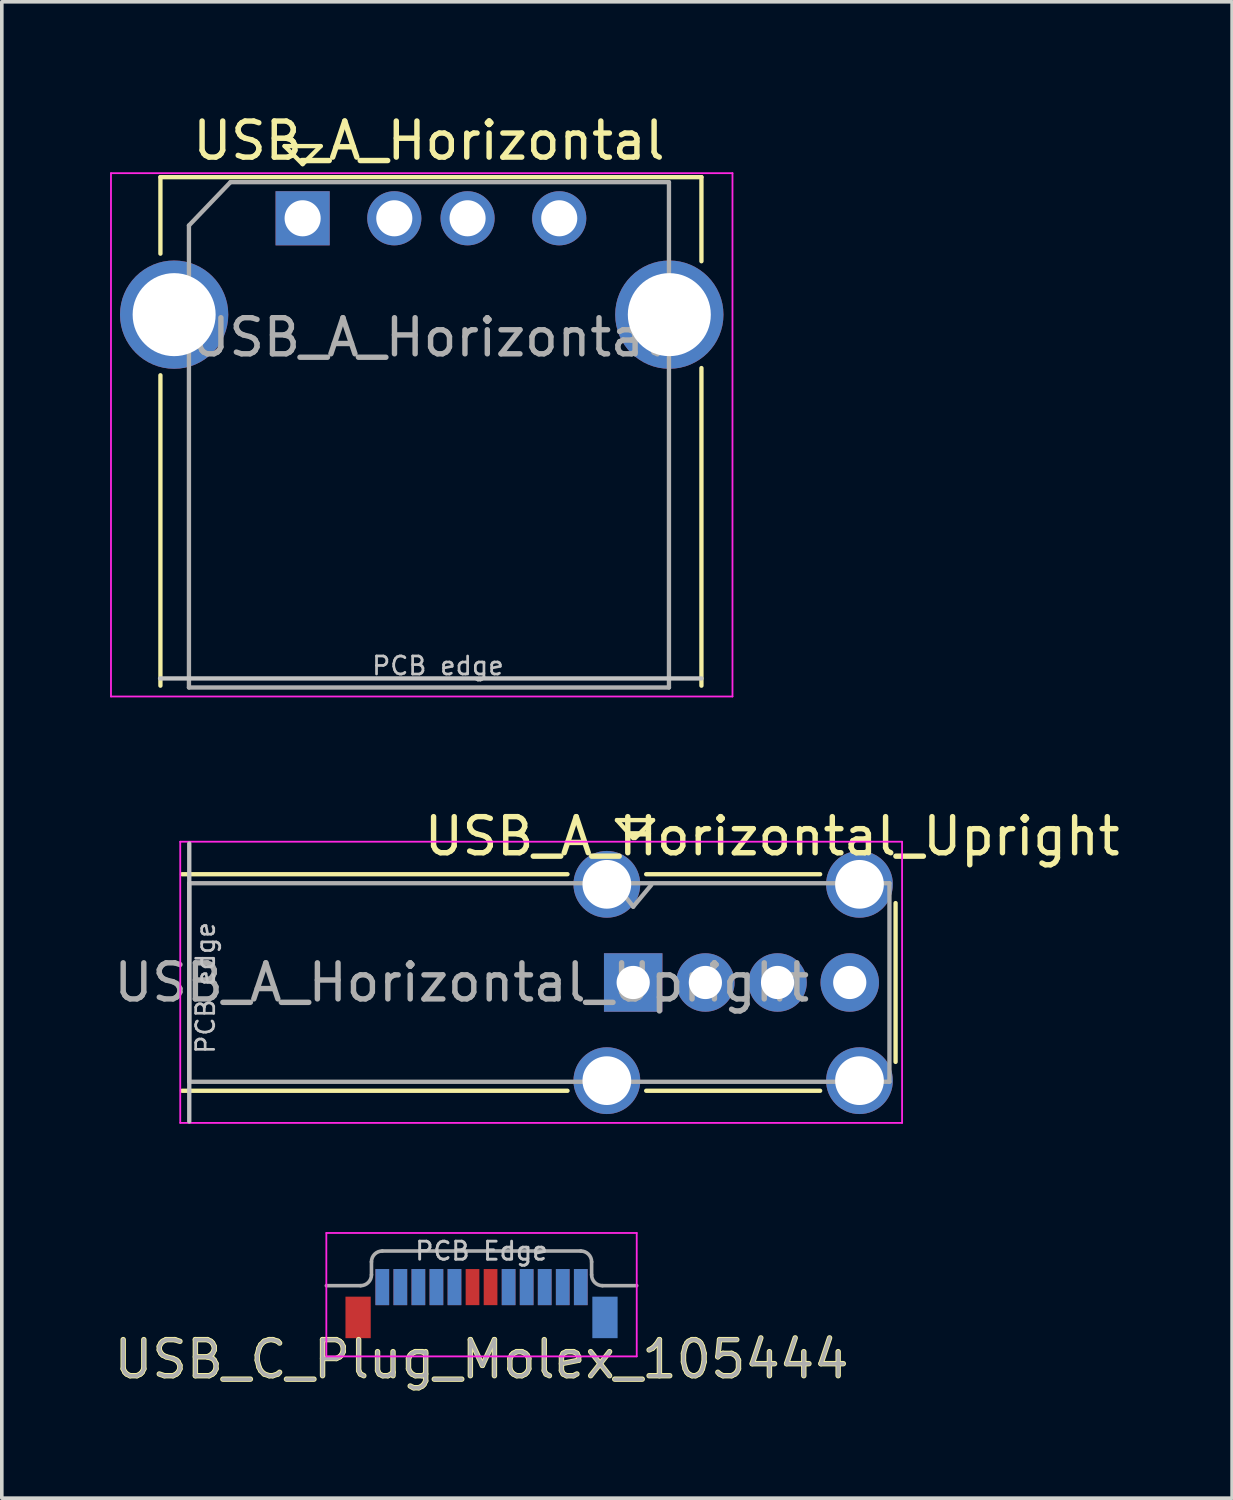
<source format=kicad_pcb>
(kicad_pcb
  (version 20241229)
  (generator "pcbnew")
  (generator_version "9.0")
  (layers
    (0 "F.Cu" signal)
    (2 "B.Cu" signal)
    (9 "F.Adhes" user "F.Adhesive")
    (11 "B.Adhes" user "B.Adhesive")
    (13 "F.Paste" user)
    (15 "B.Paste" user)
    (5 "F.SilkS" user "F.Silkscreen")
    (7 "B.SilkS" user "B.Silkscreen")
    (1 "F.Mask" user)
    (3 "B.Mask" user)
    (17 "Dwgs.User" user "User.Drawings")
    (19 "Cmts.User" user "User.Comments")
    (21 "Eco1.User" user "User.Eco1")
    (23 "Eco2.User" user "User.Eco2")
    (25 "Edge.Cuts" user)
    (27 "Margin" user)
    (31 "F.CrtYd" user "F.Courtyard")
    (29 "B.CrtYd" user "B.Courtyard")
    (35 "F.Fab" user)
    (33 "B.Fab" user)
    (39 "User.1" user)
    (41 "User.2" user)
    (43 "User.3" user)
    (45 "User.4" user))
  (footprint "USB_A_Horizontal"
    (layer "F.Cu")
    (at 5.335 2.998)
    (property "Reference" "USB_A_Horizontal" (at 3.5 -2.15 0) (layer "F.SilkS") (effects (font (size 1 1) (thickness 0.15))))
    (attr through_hole)
    (fp_line (start -3.94 -1.14) (end -3.94 0.98) (stroke (width 0.12) (type solid)) (layer "F.SilkS"))
    (fp_line (start -3.94 4.35) (end -3.94 12.95) (stroke (width 0.12) (type solid)) (layer "F.SilkS"))
    (fp_line (start -0.5 -2) (end 0.5 -2) (stroke (width 0.12) (type solid)) (layer "F.SilkS"))
    (fp_line (start 0 -1.5) (end -0.5 -2) (stroke (width 0.12) (type solid)) (layer "F.SilkS"))
    (fp_line (start 0.5 -2) (end 0 -1.5) (stroke (width 0.12) (type solid)) (layer "F.SilkS"))
    (fp_line (start 11.05 -1.14) (end -3.94 -1.14) (stroke (width 0.12) (type solid)) (layer "F.SilkS"))
    (fp_line (start 11.05 -1.14) (end 11.05 1.19) (stroke (width 0.12) (type solid)) (layer "F.SilkS"))
    (fp_line (start 11.05 4.15) (end 11.05 12.95) (stroke (width 0.12) (type solid)) (layer "F.SilkS"))
    (fp_line (start 11.05 12.75) (end -3.95 12.75) (stroke (width 0.12) (type solid)) (layer "Dwgs.User"))
    (fp_line (start -5.31 -1.25) (end -5.31 13.25) (stroke (width 0.05) (type solid)) (layer "F.CrtYd"))
    (fp_line (start -5.31 -1.25) (end 11.91 -1.25) (stroke (width 0.05) (type solid)) (layer "F.CrtYd"))
    (fp_line (start 11.91 13.25) (end -5.31 13.25) (stroke (width 0.05) (type solid)) (layer "F.CrtYd"))
    (fp_line (start 11.91 13.25) (end 11.91 -1.25) (stroke (width 0.05) (type solid)) (layer "F.CrtYd"))
    (fp_line (start -3.15 0.2) (end -3.15 13) (stroke (width 0.12) (type solid)) (layer "F.Fab"))
    (fp_line (start -3.15 13) (end 10.15 13) (stroke (width 0.12) (type solid)) (layer "F.Fab"))
    (fp_line (start -2 -1) (end -3.15 0.2) (stroke (width 0.12) (type solid)) (layer "F.Fab"))
    (fp_line (start 10.15 -1) (end -2 -1) (stroke (width 0.12) (type solid)) (layer "F.Fab"))
    (fp_line (start 10.15 13) (end 10.15 -1) (stroke (width 0.12) (type solid)) (layer "F.Fab"))
    (fp_text user "PCB edge" (at 3.75 12.4 0) (layer "Dwgs.User") (effects (font (size 0.5 0.5) (thickness 0.075))))
    (fp_text user "${REFERENCE}" (at 3.45 3.3 0) (layer "F.Fab") (effects (font (size 1 1) (thickness 0.15))))
    (pad "1" thru_hole rect (at 0 0 270) (size 1.5 1.5) (drill 1) (layers "*.Cu" "*.Mask"))
    (pad "2" thru_hole circle (at 2.54 0 270) (size 1.5 1.5) (drill 1) (layers "*.Cu" "*.Mask"))
    (pad "3" thru_hole circle (at 4.57 0 270) (size 1.5 1.5) (drill 1) (layers "*.Cu" "*.Mask"))
    (pad "4" thru_hole circle (at 7.11 0 270) (size 1.5 1.5) (drill 1) (layers "*.Cu" "*.Mask"))
    (pad "5" thru_hole circle (at -3.56 2.67 270) (size 3 3) (drill 2.3) (layers "*.Cu" "*.Mask"))
    (pad "5" thru_hole circle (at 10.16 2.67 270) (size 3 3) (drill 2.3) (layers "*.Cu" "*.Mask")))
  (footprint "USB_A_Horizontal_Upright"
    (layer "F.Cu")
    (at 14.494 24.172)
    (property "Reference" "USB_A_Horizontal_Upright" (at 3.85 -4.05 0) (layer "F.SilkS") (effects (font (size 1 1) (thickness 0.15))))
    (attr through_hole)
    (fp_line (start -1.82 -3) (end -12.5 -3) (stroke (width 0.12) (type solid)) (layer "F.SilkS"))
    (fp_line (start -1.82 3) (end -12.5 3) (stroke (width 0.12) (type solid)) (layer "F.SilkS"))
    (fp_line (start -0.45 -4.5) (end 0.55 -4.5) (stroke (width 0.12) (type solid)) (layer "F.SilkS"))
    (fp_line (start 0 -4) (end -0.45 -4.5) (stroke (width 0.12) (type solid)) (layer "F.SilkS"))
    (fp_line (start 0.36 -3) (end 5.18 -3) (stroke (width 0.12) (type solid)) (layer "F.SilkS"))
    (fp_line (start 0.36 3) (end 5.18 3) (stroke (width 0.12) (type solid)) (layer "F.SilkS"))
    (fp_line (start 0.55 -4.5) (end 0.05 -4) (stroke (width 0.12) (type solid)) (layer "F.SilkS"))
    (fp_line (start 7.27 -2.2) (end 7.27 2.2) (stroke (width 0.12) (type solid)) (layer "F.SilkS"))
    (fp_line (start -12.3 3.85) (end -12.3 -3.85) (stroke (width 0.12) (type solid)) (layer "Dwgs.User"))
    (fp_line (start -12.55 -3.9) (end -12.55 3.89) (stroke (width 0.05) (type solid)) (layer "F.CrtYd"))
    (fp_line (start -12.55 -3.9) (end 7.45 -3.9) (stroke (width 0.05) (type solid)) (layer "F.CrtYd"))
    (fp_line (start 7.45 3.89) (end -12.55 3.89) (stroke (width 0.05) (type solid)) (layer "F.CrtYd"))
    (fp_line (start 7.45 3.89) (end 7.45 -3.9) (stroke (width 0.05) (type solid)) (layer "F.CrtYd"))
    (fp_line (start -12.3 -2.75) (end -12.3 2.75) (stroke (width 0.12) (type solid)) (layer "F.Fab"))
    (fp_line (start -12.3 2.75) (end 7.1 2.75) (stroke (width 0.12) (type solid)) (layer "F.Fab"))
    (fp_line (start -0.5 -2.75) (end 0 -2.1) (stroke (width 0.12) (type solid)) (layer "F.Fab"))
    (fp_line (start 0 -2.1) (end 0.5 -2.7) (stroke (width 0.12) (type solid)) (layer "F.Fab"))
    (fp_line (start 7.1 -2.75) (end -12.3 -2.75) (stroke (width 0.12) (type solid)) (layer "F.Fab"))
    (fp_line (start 7.1 2.75) (end 7.1 -2.75) (stroke (width 0.12) (type solid)) (layer "F.Fab"))
    (fp_text user "PCB edge" (at -11.85 0.15 90) (layer "Dwgs.User") (effects (font (size 0.5 0.5) (thickness 0.075))))
    (fp_text user "${REFERENCE}" (at -4.75 0 0) (layer "F.Fab") (effects (font (size 1 1) (thickness 0.15))))
    (pad "1" thru_hole rect (at 0 0 90) (size 1.62 1.62) (drill 0.92) (layers "*.Cu" "*.Mask"))
    (pad "2" thru_hole circle (at 2 0 90) (size 1.62 1.62) (drill 0.92) (layers "*.Cu" "*.Mask"))
    (pad "3" thru_hole circle (at 4 0 90) (size 1.62 1.62) (drill 0.92) (layers "*.Cu" "*.Mask"))
    (pad "4" thru_hole circle (at 6 0 90) (size 1.62 1.62) (drill 0.92) (layers "*.Cu" "*.Mask"))
    (pad "5" thru_hole circle (at -0.73 -2.72 90) (size 1.85 1.85) (drill 1.35) (layers "*.Cu" "*.Mask"))
    (pad "5" thru_hole circle (at -0.73 2.72 90) (size 1.85 1.85) (drill 1.35) (layers "*.Cu" "*.Mask"))
    (pad "5" thru_hole circle (at 6.27 -2.72 90) (size 1.85 1.85) (drill 1.35) (layers "*.Cu" "*.Mask"))
    (pad "5" thru_hole circle (at 6.27 2.72 90) (size 1.85 1.85) (drill 1.35) (layers "*.Cu" "*.Mask")))
  (footprint "USB_C_Plug_Molex_105444"
    (layer "F.Cu")
    (at 10.292 32.572)
    (property "Reference" "USB_C_Plug_Molex_105444" (at 0 2.04 0) (layer "F.SilkS") (effects (font (size 1 1) (thickness 0.15))))
    (attr smd)
    (fp_line (start -4.3 1.96) (end -4.3 -1.46) (stroke (width 0.05) (type solid)) (layer "F.CrtYd"))
    (fp_line (start 4.3 -1.46) (end -4.3 -1.46) (stroke (width 0.05) (type solid)) (layer "F.CrtYd"))
    (fp_line (start 4.3 1.96) (end -4.3 1.96) (stroke (width 0.05) (type solid)) (layer "F.CrtYd"))
    (fp_line (start 4.3 1.96) (end 4.3 -1.46) (stroke (width 0.05) (type solid)) (layer "F.CrtYd"))
    (fp_line (start -3.35 0) (end -4.3 0) (stroke (width 0.1) (type solid)) (layer "F.Fab"))
    (fp_line (start -3.05 -0.66) (end -3.05 -0.3) (stroke (width 0.1) (type solid)) (layer "F.Fab"))
    (fp_line (start -2.75 -0.96) (end 2.75 -0.96) (stroke (width 0.1) (type solid)) (layer "F.Fab"))
    (fp_line (start 3.05 -0.66) (end 3.05 -0.3) (stroke (width 0.1) (type solid)) (layer "F.Fab"))
    (fp_line (start 3.35 0) (end 4.3 0) (stroke (width 0.1) (type solid)) (layer "F.Fab"))
    (fp_arc (start -3.05 -0.66) (mid -2.962132 -0.872132) (end -2.75 -0.96) (stroke (width 0.1) (type solid)) (layer "F.Fab"))
    (fp_arc (start -3.05 -0.3) (mid -3.137868 -0.087868) (end -3.35 0) (stroke (width 0.1) (type solid)) (layer "F.Fab"))
    (fp_arc (start 2.75 -0.96) (mid 2.962132 -0.872132) (end 3.05 -0.66) (stroke (width 0.1) (type solid)) (layer "F.Fab"))
    (fp_arc (start 3.35 0) (mid 3.137868 -0.087868) (end 3.05 -0.3) (stroke (width 0.1) (type solid)) (layer "F.Fab"))
    (fp_text user "PCB Edge" (at 0 -0.96 0) (layer "Dwgs.User") (effects (font (size 0.5 0.5) (thickness 0.08))))
    (fp_text user "${REFERENCE}" (at 0 2.04 0) (layer "F.Fab") (effects (font (size 1 1) (thickness 0.1))))
    (pad "A1" smd rect (at -2.75 0.04) (size 0.38 1) (layers "F.Cu" "F.Mask" "F.Paste"))
    (pad "A2" smd rect (at -2.25 0.04) (size 0.38 1) (layers "F.Cu" "F.Mask" "F.Paste"))
    (pad "A3" smd rect (at -1.75 0.04) (size 0.38 1) (layers "F.Cu" "F.Mask" "F.Paste"))
    (pad "A4" smd rect (at -1.25 0.04) (size 0.38 1) (layers "F.Cu" "F.Mask" "F.Paste"))
    (pad "A5" smd rect (at -0.75 0.04) (size 0.38 1) (layers "F.Cu" "F.Mask" "F.Paste"))
    (pad "A6" smd rect (at -0.25 0.04) (size 0.38 1) (layers "F.Cu" "F.Mask" "F.Paste"))
    (pad "A7" smd rect (at 0.25 0.04) (size 0.38 1) (layers "F.Cu" "F.Mask" "F.Paste"))
    (pad "A8" smd rect (at 0.75 0.04) (size 0.38 1) (layers "F.Cu" "F.Mask" "F.Paste"))
    (pad "A9" smd rect (at 1.25 0.04) (size 0.38 1) (layers "F.Cu" "F.Mask" "F.Paste"))
    (pad "A10" smd rect (at 1.75 0.04) (size 0.38 1) (layers "F.Cu" "F.Mask" "F.Paste"))
    (pad "A11" smd rect (at 2.25 0.04) (size 0.38 1) (layers "F.Cu" "F.Mask" "F.Paste"))
    (pad "A12" smd rect (at 2.75 0.04) (size 0.38 1) (layers "F.Cu" "F.Mask" "F.Paste"))
    (pad "B1" smd rect (at 2.75 0.04) (size 0.38 1) (layers "B.Cu" "B.Mask" "B.Paste"))
    (pad "B2" smd rect (at 2.25 0.04) (size 0.38 1) (layers "B.Cu" "B.Mask" "B.Paste"))
    (pad "B3" smd rect (at 1.75 0.04) (size 0.38 1) (layers "B.Cu" "B.Mask" "B.Paste"))
    (pad "B4" smd rect (at 1.25 0.04) (size 0.38 1) (layers "B.Cu" "B.Mask" "B.Paste"))
    (pad "B5" smd rect (at 0.75 0.04) (size 0.38 1) (layers "B.Cu" "B.Mask" "B.Paste"))
    (pad "B8" smd rect (at -0.75 0.04) (size 0.38 1) (layers "B.Cu" "B.Mask" "B.Paste"))
    (pad "B9" smd rect (at -1.25 0.04) (size 0.38 1) (layers "B.Cu" "B.Mask" "B.Paste"))
    (pad "B10" smd rect (at -1.75 0.04) (size 0.38 1) (layers "B.Cu" "B.Mask" "B.Paste"))
    (pad "B11" smd rect (at -2.25 0.04) (size 0.38 1) (layers "B.Cu" "B.Mask" "B.Paste"))
    (pad "B12" smd rect (at -2.75 0.04) (size 0.38 1) (layers "B.Cu" "B.Mask" "B.Paste"))
    (pad "S1" smd rect (at -3.42 0.88) (size 0.7 1.15) (layers "F.Cu" "F.Mask" "F.Paste"))
    (pad "S1" smd rect (at 3.42 0.88) (size 0.7 1.15) (layers "B.Cu" "B.Mask" "B.Paste")))
  (gr_rect
    (start -3 -3)
    (end 31.088 38.46)
    (stroke (width 0.1) (type default))
    (fill no)
    (layer "Edge.Cuts")))
</source>
